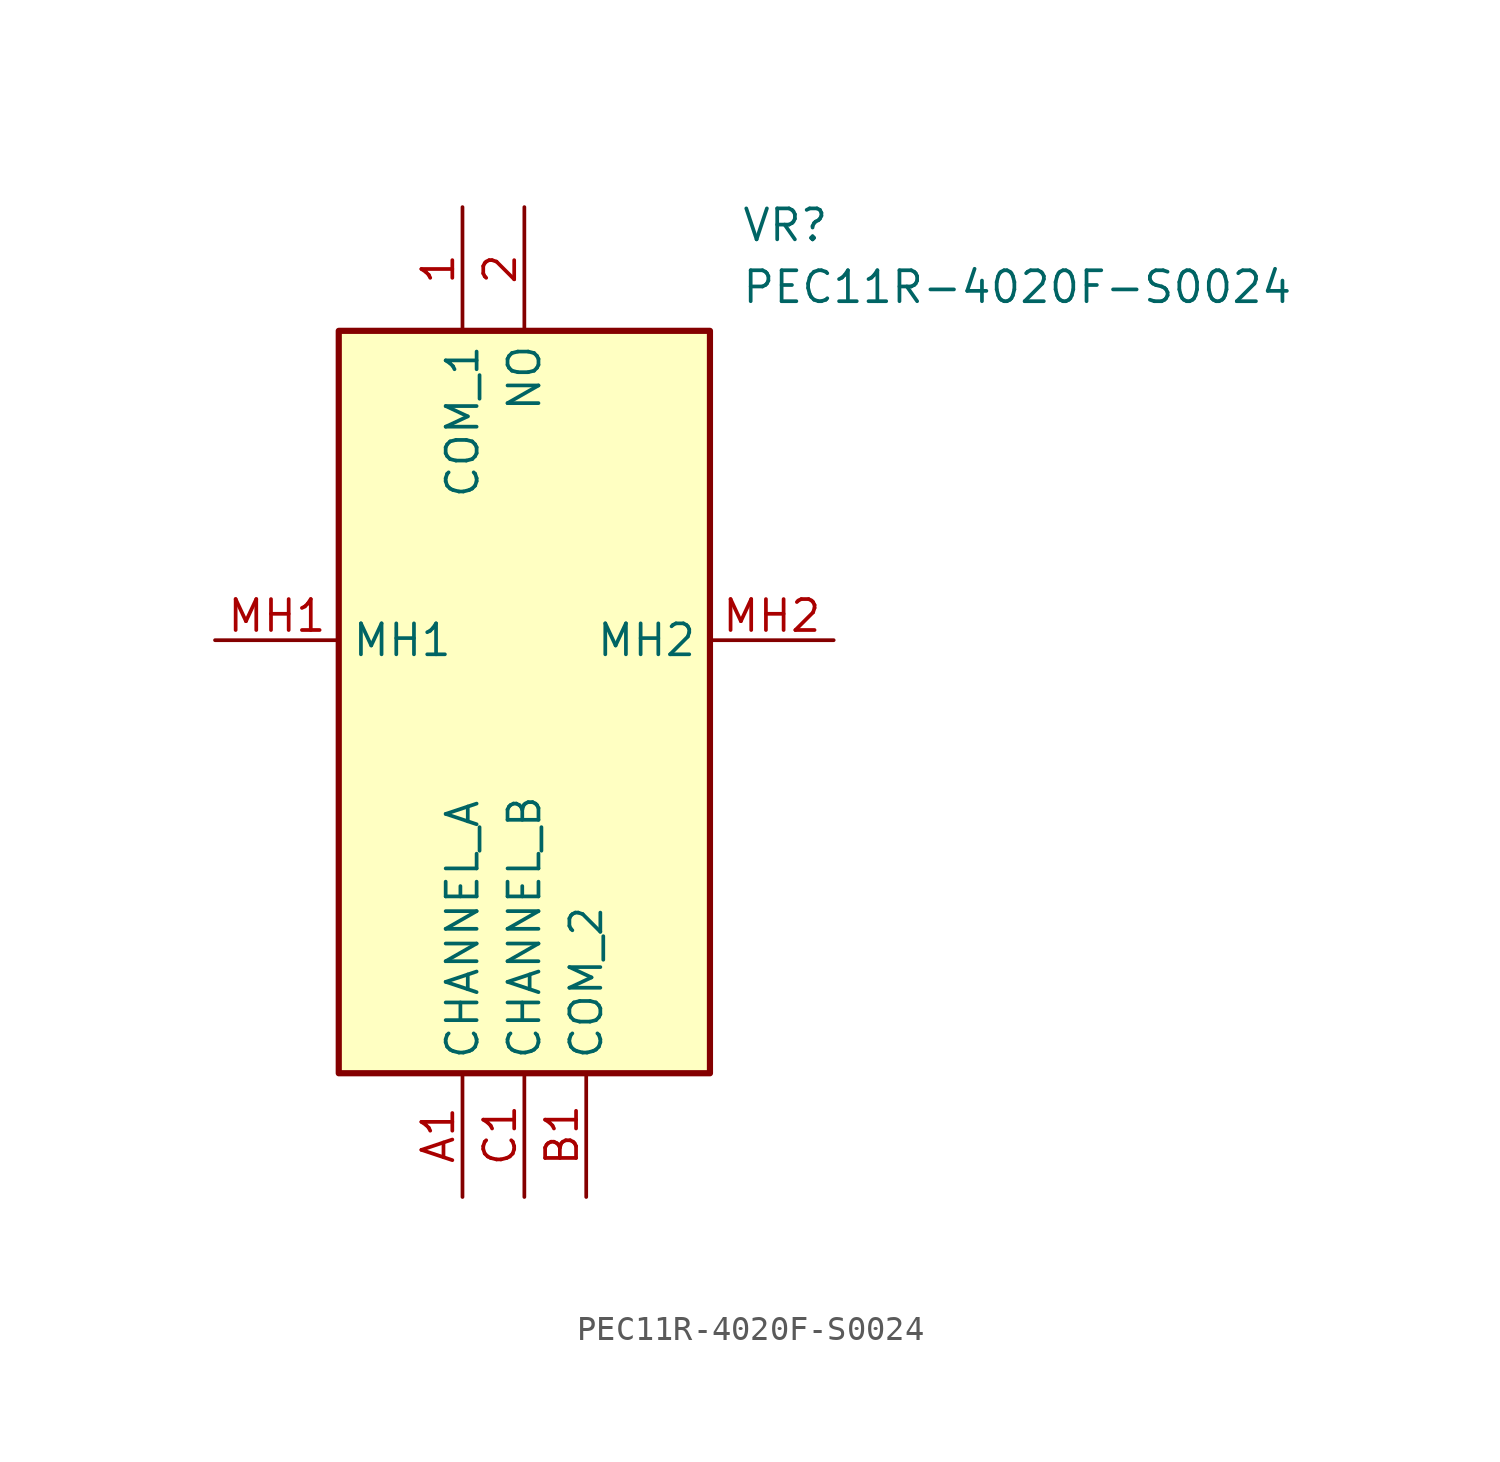
<source format=kicad_sym>
(kicad_symbol_lib
  (version 20211014)
  (generator SamacSys_ECAD_Model)
  (symbol "PEC11R-4020F-S0024"
    (property "Reference" "VR"
      (at 21.59 17.78 0)
      (effects (font (size 1.27 1.27)) (justify left top)))
    (property "Value" "PEC11R-4020F-S0024"
      (at 21.59 15.24 0)
      (effects (font (size 1.27 1.27)) (justify left top)))
    (rectangle
      (start 5.08 12.7)
      (end 20.32 -17.78)
      (stroke (width 0.254) (type default))
      (fill (type background)))
    (pin passive line
      (at 10.16 17.78 270)
      (length 5.08)
      (name "COM_1" (effects (font (size 1.27 1.27))))
      (number "1" (effects (font (size 1.27 1.27)))))
    (pin passive line
      (at 12.7 17.78 270)
      (length 5.08)
      (name "NO" (effects (font (size 1.27 1.27))))
      (number "2" (effects (font (size 1.27 1.27)))))
    (pin passive line
      (at 10.16 -22.86 90)
      (length 5.08)
      (name "CHANNEL_A" (effects (font (size 1.27 1.27))))
      (number "A1" (effects (font (size 1.27 1.27)))))
    (pin passive line
      (at 15.24 -22.86 90)
      (length 5.08)
      (name "COM_2" (effects (font (size 1.27 1.27))))
      (number "B1" (effects (font (size 1.27 1.27)))))
    (pin passive line
      (at 12.7 -22.86 90)
      (length 5.08)
      (name "CHANNEL_B" (effects (font (size 1.27 1.27))))
      (number "C1" (effects (font (size 1.27 1.27)))))
    (pin passive line
      (at 0 0 0)
      (length 5.08)
      (name "MH1" (effects (font (size 1.27 1.27))))
      (number "MH1" (effects (font (size 1.27 1.27)))))
    (pin passive line
      (at 25.4 0 180)
      (length 5.08)
      (name "MH2" (effects (font (size 1.27 1.27))))
      (number "MH2" (effects (font (size 1.27 1.27)))))))
</source>
